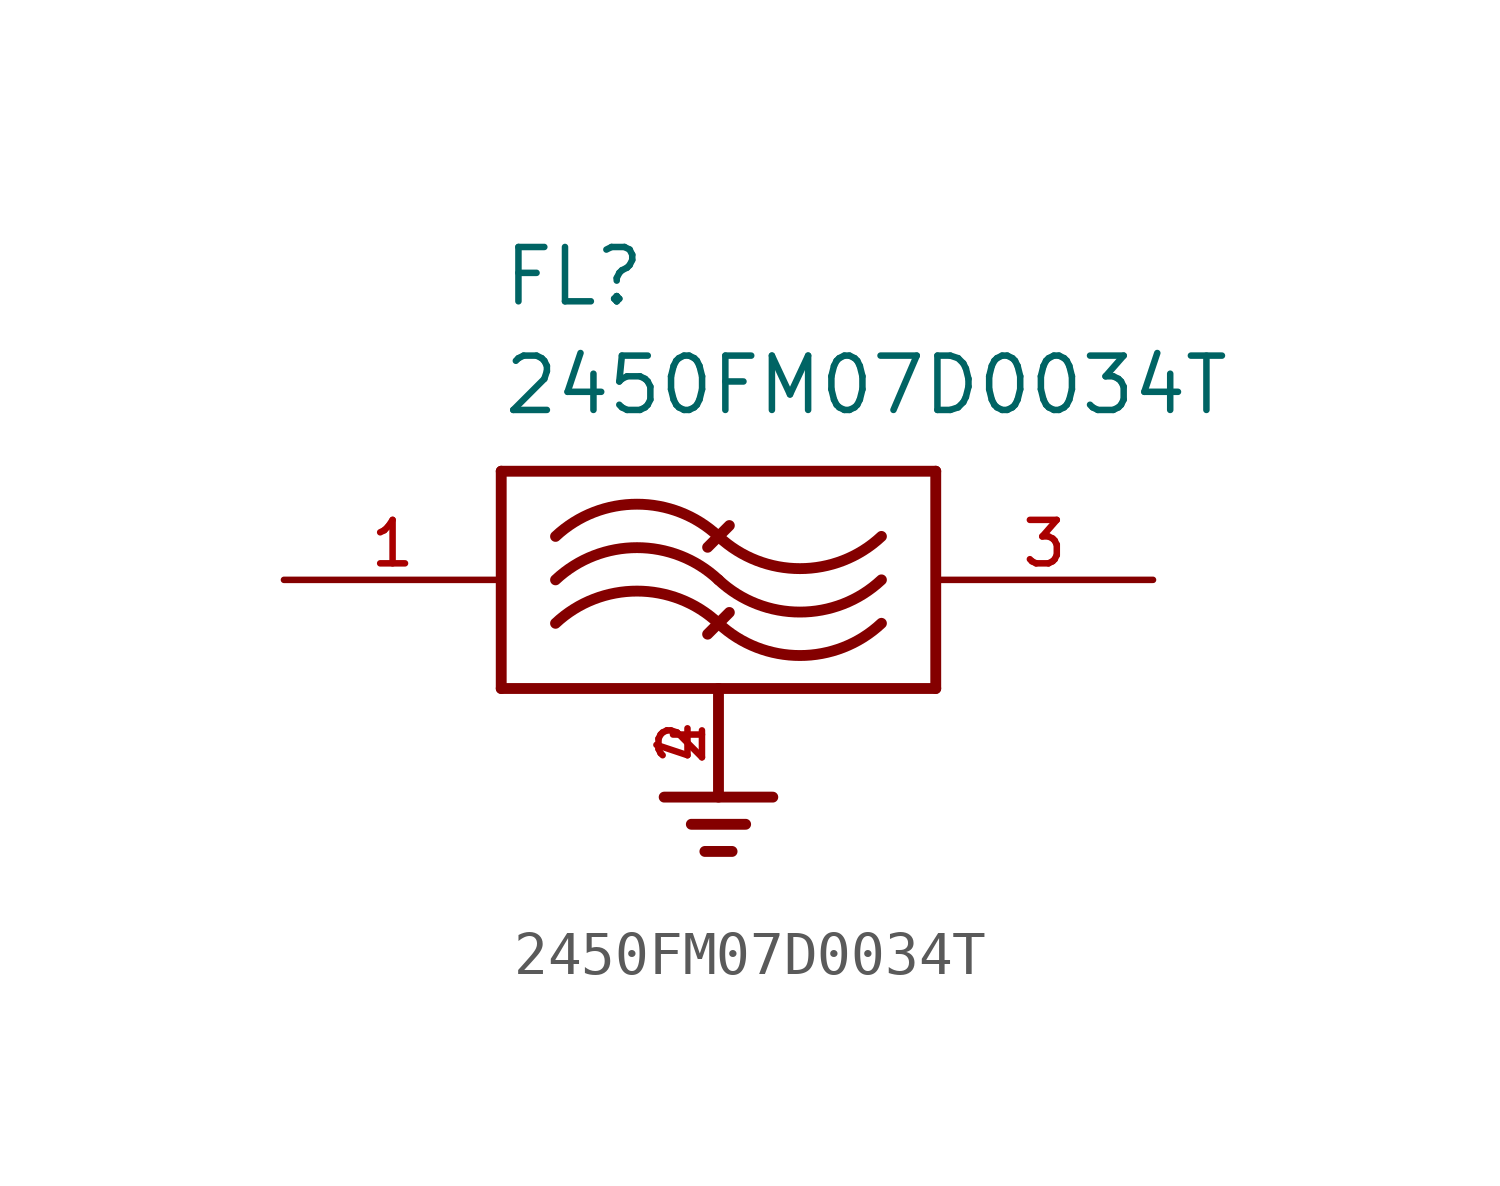
<source format=kicad_sym>
(kicad_symbol_lib
  (version 20211014)
  (generator kicad_symbol_editor)
  (symbol "2450FM07D0034T"
    (pin_names
      (offset 1.016))
    (property "Reference" "FL"
      (at -5.08 6.35 0)
      (effects (font (size 1.27 1.27)) (justify bottom left)))
    (property "Value" "2450FM07D0034T"
      (at -5.08 3.81 0)
      (effects (font (size 1.27 1.27)) (justify bottom left)))
    (symbol "2450FM07D0034T_0_0"
      (polyline (pts (xy -5.08 2.54) (xy -5.08 -2.54)) (stroke (width 0.254)))
      (polyline (pts (xy -5.08 -2.54) (xy 0.0 -2.54)) (stroke (width 0.254)))
      (polyline (pts (xy 0.0 -2.54) (xy 5.08 -2.54)) (stroke (width 0.254)))
      (polyline (pts (xy 5.08 -2.54) (xy 5.08 2.54)) (stroke (width 0.254)))
      (polyline (pts (xy 5.08 2.54) (xy -5.08 2.54)) (stroke (width 0.254)))
      (arc (start 0.0 1.016) (mid -1.9124 1.7693) (end -3.81 1.016) (stroke (width 0.254) (type default) (color 0 0 0 0)) (fill (type none)))
      (arc (start 0.0 1.016) (mid 1.9124 0.2627) (end 3.81 1.016) (stroke (width 0.254) (type default) (color 0 0 0 0)) (fill (type none)))
      (arc (start 0.0 0.0) (mid -1.9124 0.7533) (end -3.81 0.0) (stroke (width 0.254) (type default) (color 0 0 0 0)) (fill (type none)))
      (arc (start 0.0 0.0) (mid 1.9124 -0.7533) (end 3.81 0.0) (stroke (width 0.254) (type default) (color 0 0 0 0)) (fill (type none)))
      (arc (start 0.0 -1.016) (mid -1.9124 -0.2627) (end -3.81 -1.016) (stroke (width 0.254) (type default) (color 0 0 0 0)) (fill (type none)))
      (arc (start 0.0 -1.016) (mid 1.9124 -1.7693) (end 3.81 -1.016) (stroke (width 0.254) (type default) (color 0 0 0 0)) (fill (type none)))
      (polyline (pts (xy -0.254 -1.27) (xy 0.254 -0.762)) (stroke (width 0.254)))
      (polyline (pts (xy -0.254 0.762) (xy 0.254 1.27)) (stroke (width 0.254)))
      (polyline (pts (xy 0.0 -2.54) (xy 0.0 -5.08)) (stroke (width 0.254)))
      (polyline (pts (xy -1.27 -5.08) (xy 1.27 -5.08)) (stroke (width 0.254)))
      (polyline (pts (xy -0.635 -5.715) (xy 0.635 -5.715)) (stroke (width 0.254)))
      (polyline (pts (xy -0.318 -6.35) (xy 0.318 -6.35)) (stroke (width 0.254)))
      (pin input line (at -10.16 0.0 0) (length 5.08) (name "~" (effects (font (size 1.016 1.016)))) (number "1" (effects (font (size 1.016 1.016)))))
      (pin output line (at 10.16 0.0 180.0) (length 5.08) (name "~" (effects (font (size 1.016 1.016)))) (number "3" (effects (font (size 1.016 1.016)))))
      (pin power_in line (at 0.0 -5.08 90.0) (length 2.54) (name "~" (effects (font (size 1.016 1.016)))) (number "2" (effects (font (size 1.016 1.016)))))
      (pin power_in line (at 0.0 -5.08 90.0) (length 2.54) (name "~" (effects (font (size 1.016 1.016)))) (number "4" (effects (font (size 1.016 1.016))))))))
</source>
